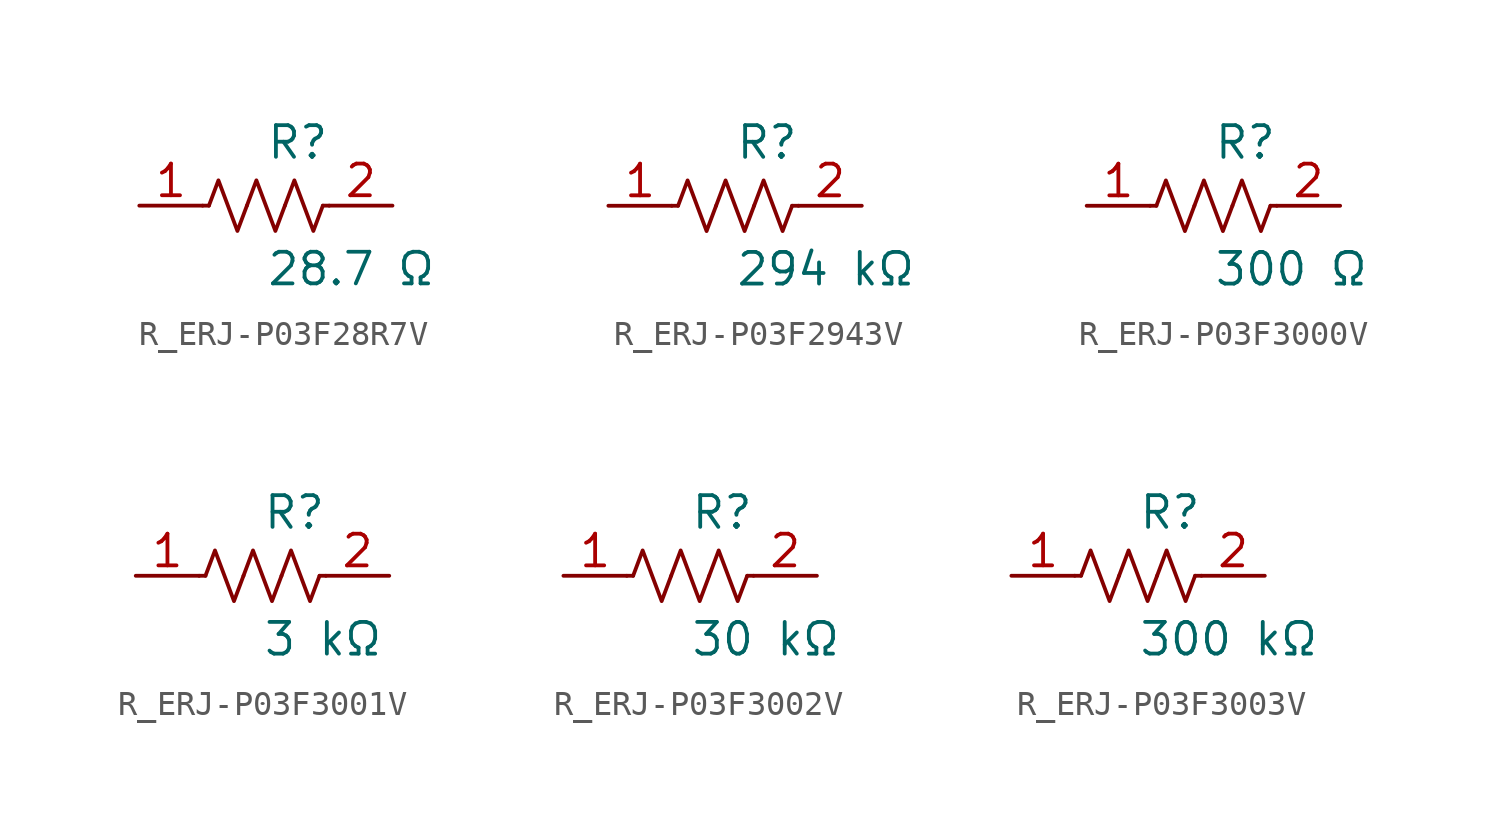
<source format=kicad_sym>
(kicad_symbol_lib
  (version 20231120)
  (generator kicad_symbol_editor)
  (generator_version 8.0)
  (symbol "R_ERJ-P03F28R7V"
    (pin_names
      (offset 0.254))
    (property "Reference" "R"
      (at 0.0 2.54 0)
      (effects (font (size 1.27 1.27)) (justify left)))
    (property "Value" "28.7 Ω"
      (at 0.0 -2.54 0)
      (effects (font (size 1.27 1.27)) (justify left)))
    (symbol "R_ERJ-P03F28R7V_0_1"
      (polyline (pts (xy 2.286 0) (xy 2.54 0)) (stroke (width 0) (type default)) (fill (type none)))
      (polyline (pts (xy -2.286 0) (xy -2.54 0)) (stroke (width 0) (type default)) (fill (type none)))
      (polyline (pts (xy 0.762 0) (xy 1.143 1.016) (xy 1.524 0) (xy 1.905 -1.016) (xy 2.286 0)) (stroke (width 0) (type default)) (fill (type none)))
      (polyline (pts (xy -0.762 0) (xy -0.381 1.016) (xy 0 0) (xy 0.381 -1.016) (xy 0.762 0)) (stroke (width 0) (type default)) (fill (type none)))
      (polyline (pts (xy -2.286 0) (xy -1.905 1.016) (xy -1.524 0) (xy -1.143 -1.016) (xy -0.762 0)) (stroke (width 0) (type default)) (fill (type none))))
    (pin unspecified line
      (at -5.08 0 0)
      (length 2.54)
      (name "" (effects (font (size 1.27 1.27))))
      (number "1" (effects (font (size 1.27 1.27)))))
    (pin unspecified line
      (at 5.08 0 180)
      (length 2.54)
      (name "" (effects (font (size 1.27 1.27))))
      (number "2" (effects (font (size 1.27 1.27))))))
  (symbol "R_ERJ-P03F2943V"
    (pin_names
      (offset 0.254))
    (property "Reference" "R"
      (at 0.0 2.54 0)
      (effects (font (size 1.27 1.27)) (justify left)))
    (property "Value" "294 kΩ"
      (at 0.0 -2.54 0)
      (effects (font (size 1.27 1.27)) (justify left)))
    (symbol "R_ERJ-P03F2943V_0_1"
      (polyline (pts (xy 2.286 0) (xy 2.54 0)) (stroke (width 0) (type default)) (fill (type none)))
      (polyline (pts (xy -2.286 0) (xy -2.54 0)) (stroke (width 0) (type default)) (fill (type none)))
      (polyline (pts (xy 0.762 0) (xy 1.143 1.016) (xy 1.524 0) (xy 1.905 -1.016) (xy 2.286 0)) (stroke (width 0) (type default)) (fill (type none)))
      (polyline (pts (xy -0.762 0) (xy -0.381 1.016) (xy 0 0) (xy 0.381 -1.016) (xy 0.762 0)) (stroke (width 0) (type default)) (fill (type none)))
      (polyline (pts (xy -2.286 0) (xy -1.905 1.016) (xy -1.524 0) (xy -1.143 -1.016) (xy -0.762 0)) (stroke (width 0) (type default)) (fill (type none))))
    (pin unspecified line
      (at -5.08 0 0)
      (length 2.54)
      (name "" (effects (font (size 1.27 1.27))))
      (number "1" (effects (font (size 1.27 1.27)))))
    (pin unspecified line
      (at 5.08 0 180)
      (length 2.54)
      (name "" (effects (font (size 1.27 1.27))))
      (number "2" (effects (font (size 1.27 1.27))))))
  (symbol "R_ERJ-P03F3000V"
    (pin_names
      (offset 0.254))
    (property "Reference" "R"
      (at 0.0 2.54 0)
      (effects (font (size 1.27 1.27)) (justify left)))
    (property "Value" "300 Ω"
      (at 0.0 -2.54 0)
      (effects (font (size 1.27 1.27)) (justify left)))
    (symbol "R_ERJ-P03F3000V_0_1"
      (polyline (pts (xy 2.286 0) (xy 2.54 0)) (stroke (width 0) (type default)) (fill (type none)))
      (polyline (pts (xy -2.286 0) (xy -2.54 0)) (stroke (width 0) (type default)) (fill (type none)))
      (polyline (pts (xy 0.762 0) (xy 1.143 1.016) (xy 1.524 0) (xy 1.905 -1.016) (xy 2.286 0)) (stroke (width 0) (type default)) (fill (type none)))
      (polyline (pts (xy -0.762 0) (xy -0.381 1.016) (xy 0 0) (xy 0.381 -1.016) (xy 0.762 0)) (stroke (width 0) (type default)) (fill (type none)))
      (polyline (pts (xy -2.286 0) (xy -1.905 1.016) (xy -1.524 0) (xy -1.143 -1.016) (xy -0.762 0)) (stroke (width 0) (type default)) (fill (type none))))
    (pin unspecified line
      (at -5.08 0 0)
      (length 2.54)
      (name "" (effects (font (size 1.27 1.27))))
      (number "1" (effects (font (size 1.27 1.27)))))
    (pin unspecified line
      (at 5.08 0 180)
      (length 2.54)
      (name "" (effects (font (size 1.27 1.27))))
      (number "2" (effects (font (size 1.27 1.27))))))
  (symbol "R_ERJ-P03F3001V"
    (pin_names
      (offset 0.254))
    (property "Reference" "R"
      (at 0.0 2.54 0)
      (effects (font (size 1.27 1.27)) (justify left)))
    (property "Value" "3 kΩ"
      (at 0.0 -2.54 0)
      (effects (font (size 1.27 1.27)) (justify left)))
    (symbol "R_ERJ-P03F3001V_0_1"
      (polyline (pts (xy 2.286 0) (xy 2.54 0)) (stroke (width 0) (type default)) (fill (type none)))
      (polyline (pts (xy -2.286 0) (xy -2.54 0)) (stroke (width 0) (type default)) (fill (type none)))
      (polyline (pts (xy 0.762 0) (xy 1.143 1.016) (xy 1.524 0) (xy 1.905 -1.016) (xy 2.286 0)) (stroke (width 0) (type default)) (fill (type none)))
      (polyline (pts (xy -0.762 0) (xy -0.381 1.016) (xy 0 0) (xy 0.381 -1.016) (xy 0.762 0)) (stroke (width 0) (type default)) (fill (type none)))
      (polyline (pts (xy -2.286 0) (xy -1.905 1.016) (xy -1.524 0) (xy -1.143 -1.016) (xy -0.762 0)) (stroke (width 0) (type default)) (fill (type none))))
    (pin unspecified line
      (at -5.08 0 0)
      (length 2.54)
      (name "" (effects (font (size 1.27 1.27))))
      (number "1" (effects (font (size 1.27 1.27)))))
    (pin unspecified line
      (at 5.08 0 180)
      (length 2.54)
      (name "" (effects (font (size 1.27 1.27))))
      (number "2" (effects (font (size 1.27 1.27))))))
  (symbol "R_ERJ-P03F3002V"
    (pin_names
      (offset 0.254))
    (property "Reference" "R"
      (at 0.0 2.54 0)
      (effects (font (size 1.27 1.27)) (justify left)))
    (property "Value" "30 kΩ"
      (at 0.0 -2.54 0)
      (effects (font (size 1.27 1.27)) (justify left)))
    (symbol "R_ERJ-P03F3002V_0_1"
      (polyline (pts (xy 2.286 0) (xy 2.54 0)) (stroke (width 0) (type default)) (fill (type none)))
      (polyline (pts (xy -2.286 0) (xy -2.54 0)) (stroke (width 0) (type default)) (fill (type none)))
      (polyline (pts (xy 0.762 0) (xy 1.143 1.016) (xy 1.524 0) (xy 1.905 -1.016) (xy 2.286 0)) (stroke (width 0) (type default)) (fill (type none)))
      (polyline (pts (xy -0.762 0) (xy -0.381 1.016) (xy 0 0) (xy 0.381 -1.016) (xy 0.762 0)) (stroke (width 0) (type default)) (fill (type none)))
      (polyline (pts (xy -2.286 0) (xy -1.905 1.016) (xy -1.524 0) (xy -1.143 -1.016) (xy -0.762 0)) (stroke (width 0) (type default)) (fill (type none))))
    (pin unspecified line
      (at -5.08 0 0)
      (length 2.54)
      (name "" (effects (font (size 1.27 1.27))))
      (number "1" (effects (font (size 1.27 1.27)))))
    (pin unspecified line
      (at 5.08 0 180)
      (length 2.54)
      (name "" (effects (font (size 1.27 1.27))))
      (number "2" (effects (font (size 1.27 1.27))))))
  (symbol "R_ERJ-P03F3003V"
    (pin_names
      (offset 0.254))
    (property "Reference" "R"
      (at 0.0 2.54 0)
      (effects (font (size 1.27 1.27)) (justify left)))
    (property "Value" "300 kΩ"
      (at 0.0 -2.54 0)
      (effects (font (size 1.27 1.27)) (justify left)))
    (symbol "R_ERJ-P03F3003V_0_1"
      (polyline (pts (xy 2.286 0) (xy 2.54 0)) (stroke (width 0) (type default)) (fill (type none)))
      (polyline (pts (xy -2.286 0) (xy -2.54 0)) (stroke (width 0) (type default)) (fill (type none)))
      (polyline (pts (xy 0.762 0) (xy 1.143 1.016) (xy 1.524 0) (xy 1.905 -1.016) (xy 2.286 0)) (stroke (width 0) (type default)) (fill (type none)))
      (polyline (pts (xy -0.762 0) (xy -0.381 1.016) (xy 0 0) (xy 0.381 -1.016) (xy 0.762 0)) (stroke (width 0) (type default)) (fill (type none)))
      (polyline (pts (xy -2.286 0) (xy -1.905 1.016) (xy -1.524 0) (xy -1.143 -1.016) (xy -0.762 0)) (stroke (width 0) (type default)) (fill (type none))))
    (pin unspecified line
      (at -5.08 0 0)
      (length 2.54)
      (name "" (effects (font (size 1.27 1.27))))
      (number "1" (effects (font (size 1.27 1.27)))))
    (pin unspecified line
      (at 5.08 0 180)
      (length 2.54)
      (name "" (effects (font (size 1.27 1.27))))
      (number "2" (effects (font (size 1.27 1.27)))))))
</source>
